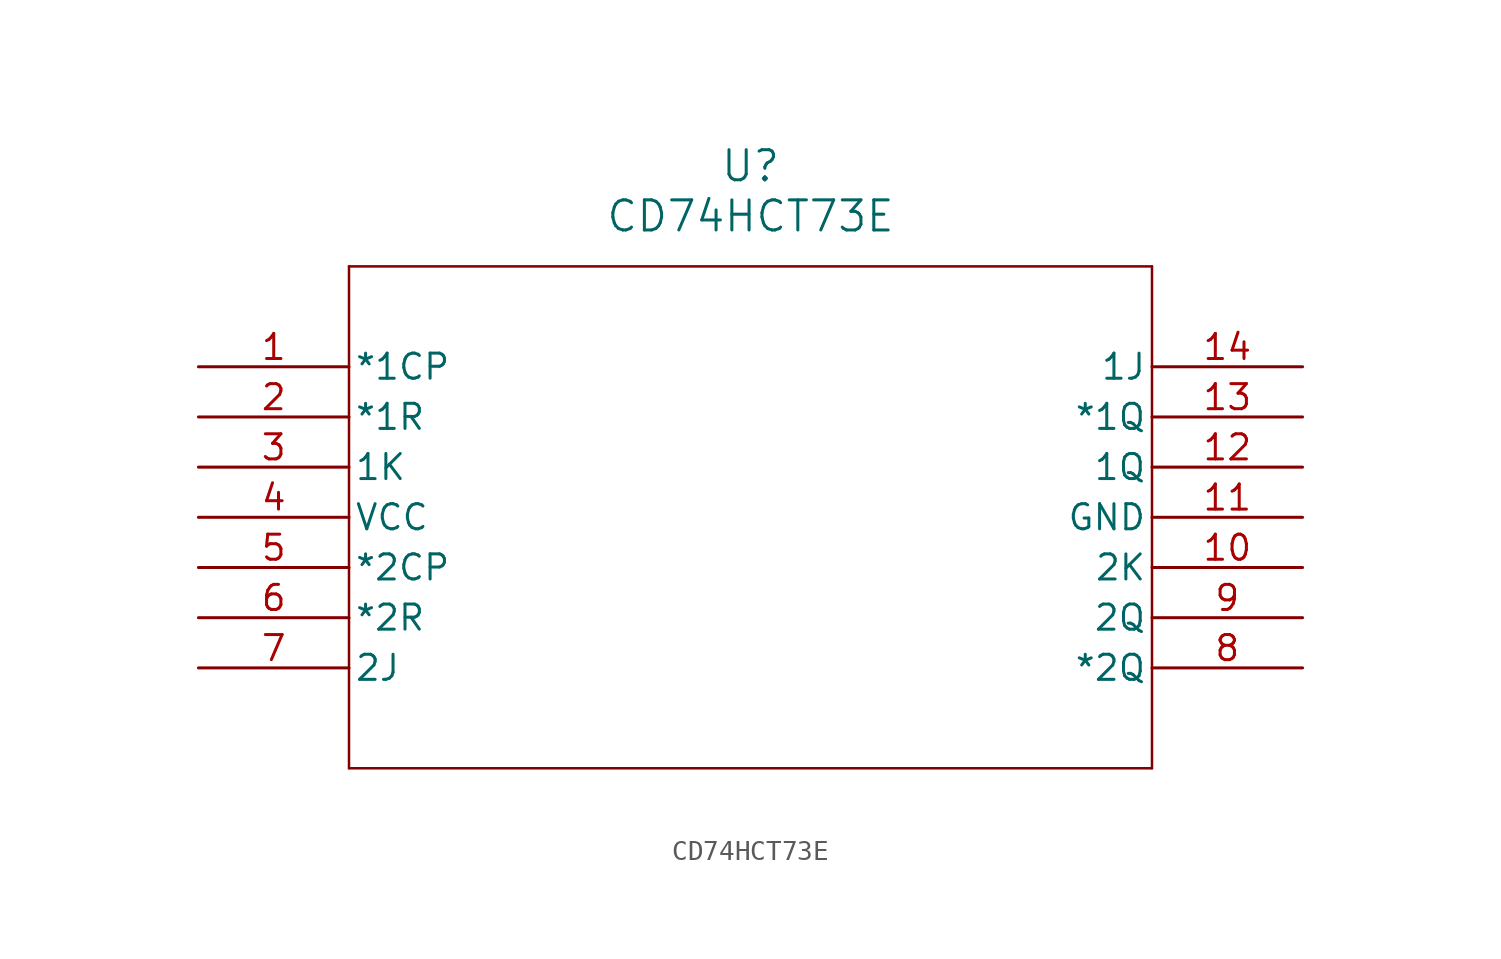
<source format=kicad_sym>
(kicad_symbol_lib
  (version 20211014)
  (generator kicad_symbol_editor)
  (symbol "CD74HCT73E"
    (pin_names
      (offset 0.254))
    (property "Reference" "U"
      (at 27.94 10.16 0)
      (effects (font (size 1.524 1.524))))
    (property "Value" "CD74HCT73E"
      (at 27.94 7.62 0)
      (effects (font (size 1.524 1.524))))
    (symbol "CD74HCT73E_0_1"
      (polyline (pts (xy 7.62 5.08) (xy 7.62 -20.32)) (stroke (width 0.127) (type default) (color 0 0 0 0)) (fill (type none)))
      (polyline (pts (xy 7.62 -20.32) (xy 48.26 -20.32)) (stroke (width 0.127) (type default) (color 0 0 0 0)) (fill (type none)))
      (polyline (pts (xy 48.26 -20.32) (xy 48.26 5.08)) (stroke (width 0.127) (type default) (color 0 0 0 0)) (fill (type none)))
      (polyline (pts (xy 48.26 5.08) (xy 7.62 5.08)) (stroke (width 0.127) (type default) (color 0 0 0 0)) (fill (type none)))
      (pin input line (at 0 0 0) (length 7.62) (name "*1CP" (effects (font (size 1.27 1.27)))) (number "1" (effects (font (size 1.27 1.27)))))
      (pin input line (at 0 -2.54 0) (length 7.62) (name "*1R" (effects (font (size 1.27 1.27)))) (number "2" (effects (font (size 1.27 1.27)))))
      (pin input line (at 0 -5.08 0) (length 7.62) (name "1K" (effects (font (size 1.27 1.27)))) (number "3" (effects (font (size 1.27 1.27)))))
      (pin power_in line (at 0 -7.62 0) (length 7.62) (name "VCC" (effects (font (size 1.27 1.27)))) (number "4" (effects (font (size 1.27 1.27)))))
      (pin input line (at 0 -10.16 0) (length 7.62) (name "*2CP" (effects (font (size 1.27 1.27)))) (number "5" (effects (font (size 1.27 1.27)))))
      (pin input line (at 0 -12.7 0) (length 7.62) (name "*2R" (effects (font (size 1.27 1.27)))) (number "6" (effects (font (size 1.27 1.27)))))
      (pin input line (at 0 -15.24 0) (length 7.62) (name "2J" (effects (font (size 1.27 1.27)))) (number "7" (effects (font (size 1.27 1.27)))))
      (pin output line (at 55.88 -15.24 180) (length 7.62) (name "*2Q" (effects (font (size 1.27 1.27)))) (number "8" (effects (font (size 1.27 1.27)))))
      (pin output line (at 55.88 -12.7 180) (length 7.62) (name "2Q" (effects (font (size 1.27 1.27)))) (number "9" (effects (font (size 1.27 1.27)))))
      (pin input line (at 55.88 -10.16 180) (length 7.62) (name "2K" (effects (font (size 1.27 1.27)))) (number "10" (effects (font (size 1.27 1.27)))))
      (pin power_in line (at 55.88 -7.62 180) (length 7.62) (name "GND" (effects (font (size 1.27 1.27)))) (number "11" (effects (font (size 1.27 1.27)))))
      (pin output line (at 55.88 -5.08 180) (length 7.62) (name "1Q" (effects (font (size 1.27 1.27)))) (number "12" (effects (font (size 1.27 1.27)))))
      (pin output line (at 55.88 -2.54 180) (length 7.62) (name "*1Q" (effects (font (size 1.27 1.27)))) (number "13" (effects (font (size 1.27 1.27)))))
      (pin input line (at 55.88 0 180) (length 7.62) (name "1J" (effects (font (size 1.27 1.27)))) (number "14" (effects (font (size 1.27 1.27))))))))
</source>
